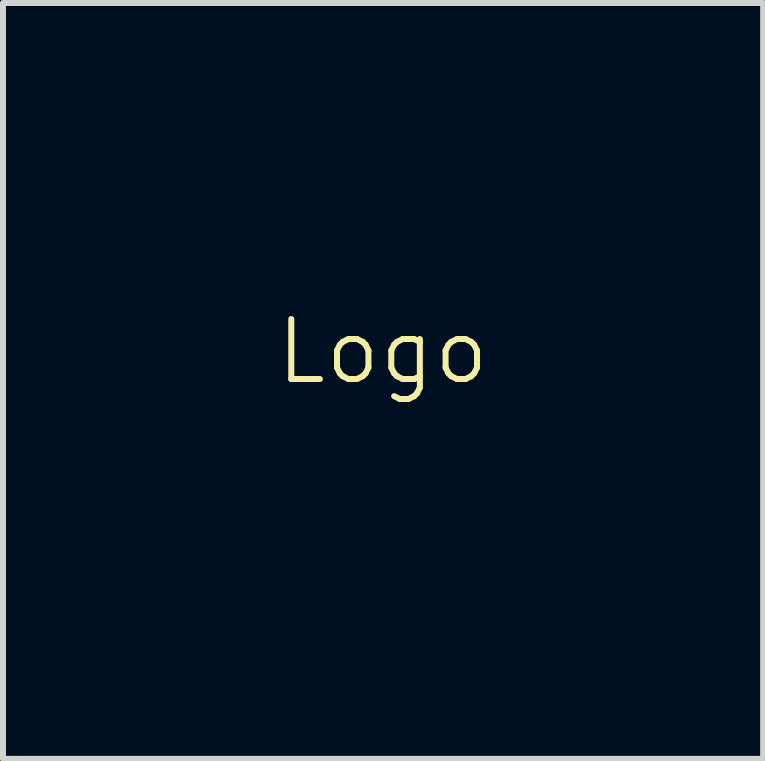
<source format=kicad_pcb>
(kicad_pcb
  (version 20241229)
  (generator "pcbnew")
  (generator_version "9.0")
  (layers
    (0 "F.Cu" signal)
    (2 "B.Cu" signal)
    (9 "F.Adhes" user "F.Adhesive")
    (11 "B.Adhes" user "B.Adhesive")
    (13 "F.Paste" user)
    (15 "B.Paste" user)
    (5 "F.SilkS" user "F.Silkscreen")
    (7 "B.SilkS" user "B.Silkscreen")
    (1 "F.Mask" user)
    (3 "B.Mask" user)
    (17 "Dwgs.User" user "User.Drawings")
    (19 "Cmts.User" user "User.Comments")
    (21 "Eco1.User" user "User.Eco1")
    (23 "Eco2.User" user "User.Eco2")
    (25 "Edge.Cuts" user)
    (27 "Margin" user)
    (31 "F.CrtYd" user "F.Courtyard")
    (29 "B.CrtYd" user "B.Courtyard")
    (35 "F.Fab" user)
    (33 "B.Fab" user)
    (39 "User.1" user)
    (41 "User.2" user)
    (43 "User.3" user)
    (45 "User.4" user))
  (footprint "Logo"
    (layer "F.Cu")
    (at 3.329 3.31)
    (property "Reference" "Logo" (at 0 -0.5 0) (unlocked yes) (layer "F.SilkS") (effects (font (size 1 1) (thickness 0.1))))
    (zone (net_name "") (layer "F.Cu") (hatch edge 0.5) (connect_pads) (min_thickness 0.25) (filled_areas_thickness no) (keepout (tracks allowed) (vias allowed) (pads allowed) (copperpour not_allowed) (footprints allowed)) (placement (enabled no)) (fill) (polygon (pts (xy 2.641 0.065) (xy 2.644 0.065) (xy 2.646 0.066) (xy 2.648 0.066) (xy 2.649 0.067) (xy 2.649 0.067) (xy 2.65 0.068) (xy 2.65 0.069) (xy 2.651 0.069) (xy 2.651 0.07) (xy 2.651 0.071) (xy 2.651 0.072) (xy 2.651 0.072) (xy 2.65 0.073) (xy 2.65 0.074) (xy 2.649 0.075) (xy 2.648 0.079) (xy 2.646 0.085) (xy 2.64 0.104) (xy 2.633 0.132) (xy 2.628 0.148) (xy 2.624 0.164) (xy 2.617 0.19) (xy 2.615 0.202) (xy 2.612 0.213) (xy 2.61 0.223) (xy 2.609 0.234) (xy 2.607 0.244) (xy 2.606 0.255) (xy 2.605 0.266) (xy 2.604 0.278) (xy 2.604 0.291) (xy 2.603 0.305) (xy 2.603 0.338) (xy 2.603 0.378) (xy 2.603 0.415) (xy 2.604 0.446) (xy 2.605 0.473) (xy 2.607 0.496) (xy 2.609 0.516) (xy 2.612 0.534) (xy 2.616 0.552) (xy 2.621 0.57) (xy 2.63 0.604) (xy 2.64 0.636) (xy 2.651 0.668) (xy 2.663 0.698) (xy 2.676 0.729) (xy 2.69 0.759) (xy 2.706 0.79) (xy 2.723 0.821) (xy 2.742 0.853) (xy 2.763 0.886) (xy 2.786 0.921) (xy 2.812 0.957) (xy 2.84 0.996) (xy 2.871 1.038) (xy 2.941 1.129) (xy 2.944 1.132) (xy 2.946 1.135) (xy 2.947 1.136) (xy 2.948 1.137) (xy 2.948 1.139) (xy 2.949 1.14) (xy 2.95 1.141) (xy 2.95 1.142) (xy 2.95 1.143) (xy 2.951 1.144) (xy 2.951 1.145) (xy 2.951 1.146) (xy 2.951 1.147) (xy 2.951 1.148) (xy 2.95 1.149) (xy 2.95 1.15) (xy 2.949 1.152) (xy 2.948 1.153) (xy 2.948 1.154) (xy 2.947 1.155) (xy 2.946 1.157) (xy 2.944 1.158) (xy 2.943 1.16) (xy 2.941 1.161) (xy 2.938 1.165) (xy 2.934 1.169) (xy 2.929 1.173) (xy 2.896 1.206) (xy 2.862 1.238) (xy 2.828 1.269) (xy 2.794 1.3) (xy 2.76 1.329) (xy 2.727 1.357) (xy 2.696 1.383) (xy 2.665 1.407) (xy 2.605 1.451) (xy 2.538 1.499) (xy 2.484 1.537) (xy 2.467 1.548) (xy 2.462 1.552) (xy 2.459 1.553) (xy 2.459 1.553) (xy 2.457 1.553) (xy 2.452 1.556) (xy 2.445 1.56) (xy 2.436 1.566) (xy 2.424 1.572) (xy 2.411 1.58) (xy 2.397 1.589) (xy 2.382 1.598) (xy 2.341 1.622) (xy 2.286 1.651) (xy 2.223 1.683) (xy 2.159 1.714) (xy 2.098 1.744) (xy 2.045 1.768) (xy 2.006 1.785) (xy 1.993 1.789) (xy 1.986 1.791) (xy 1.985 1.791) (xy 1.984 1.791) (xy 1.983 1.791) (xy 1.982 1.791) (xy 1.981 1.792) (xy 1.979 1.792) (xy 1.978 1.792) (xy 1.976 1.793) (xy 1.975 1.793) (xy 1.973 1.794) (xy 1.972 1.795) (xy 1.97 1.795) (xy 1.969 1.796) (xy 1.967 1.797) (xy 1.966 1.798) (xy 1.964 1.799) (xy 1.957 1.802) (xy 1.946 1.807) (xy 1.914 1.818) (xy 1.871 1.832) (xy 1.822 1.848) (xy 1.768 1.864) (xy 1.714 1.88) (xy 1.663 1.894) (xy 1.617 1.905) (xy 1.522 1.927) (xy 1.48 1.937) (xy 1.44 1.945) (xy 1.401 1.953) (xy 1.362 1.96) (xy 1.28 1.973) (xy 1.225 1.981) (xy 1.177 1.989) (xy 1.131 1.996) (xy 1.084 2.002) (xy 1.037 2.007) (xy 0.991 2.01) (xy 0.947 2.013) (xy 0.907 2.014) (xy 0.87 2.014) (xy 0.839 2.013) (xy 0.826 2.012) (xy 0.813 2.01) (xy 0.8 2.007) (xy 0.787 2.004) (xy 0.775 2.001) (xy 0.763 1.996) (xy 0.751 1.992) (xy 0.739 1.986) (xy 0.727 1.98) (xy 0.716 1.973) (xy 0.704 1.966) (xy 0.693 1.958) (xy 0.682 1.949) (xy 0.67 1.939) (xy 0.659 1.929) (xy 0.647 1.918) (xy 0.627 1.896) (xy 0.609 1.873) (xy 0.592 1.849) (xy 0.578 1.825) (xy 0.565 1.799) (xy 0.554 1.773) (xy 0.545 1.747) (xy 0.538 1.721) (xy 0.533 1.694) (xy 0.529 1.668) (xy 0.528 1.642) (xy 0.529 1.616) (xy 0.533 1.591) (xy 0.535 1.578) (xy 0.538 1.566) (xy 0.541 1.554) (xy 0.546 1.542) (xy 0.55 1.531) (xy 0.555 1.519) (xy 0.564 1.503) (xy 0.575 1.485) (xy 0.589 1.463) (xy 0.605 1.439) (xy 0.643 1.384) (xy 0.688 1.323) (xy 0.739 1.256) (xy 0.794 1.187) (xy 0.851 1.117) (xy 0.909 1.048) (xy 0.948 1.002) (xy 0.989 0.957) (xy 1.032 0.913) (xy 1.075 0.869) (xy 1.119 0.826) (xy 1.163 0.784) (xy 1.208 0.743) (xy 1.254 0.703) (xy 1.3 0.665) (xy 1.347 0.627) (xy 1.393 0.591) (xy 1.44 0.556) (xy 1.487 0.523) (xy 1.533 0.491) (xy 1.579 0.461) (xy 1.625 0.433) (xy 1.658 0.415) (xy 1.698 0.392) (xy 1.793 0.342) (xy 1.886 0.296) (xy 1.923 0.278) (xy 1.951 0.265) (xy 1.976 0.255) (xy 2.005 0.243) (xy 2.069 0.218) (xy 2.13 0.196) (xy 2.154 0.188) (xy 2.173 0.182) (xy 2.181 0.179) (xy 2.19 0.177) (xy 2.206 0.171) (xy 2.219 0.167) (xy 2.229 0.164) (xy 2.24 0.159) (xy 2.257 0.154) (xy 2.278 0.148) (xy 2.3 0.141) (xy 2.323 0.135) (xy 2.345 0.129) (xy 2.363 0.124) (xy 2.375 0.121) (xy 2.387 0.119) (xy 2.402 0.115) (xy 2.42 0.11) (xy 2.439 0.106) (xy 2.484 0.095) (xy 2.508 0.089) (xy 2.52 0.087) (xy 2.53 0.085) (xy 2.573 0.076) (xy 2.593 0.072) (xy 2.609 0.068) (xy 2.614 0.067) (xy 2.62 0.066) (xy 2.625 0.065) (xy 2.629 0.065) (xy 2.634 0.065) (xy 2.637 0.064))))
    (zone (net_name "") (layers "F.Cu" "F.SilkS") (hatch edge 0.5) (connect_pads) (min_thickness 0.25) (filled_areas_thickness no) (keepout (tracks allowed) (vias allowed) (pads allowed) (copperpour not_allowed) (footprints allowed)) (placement (enabled no)) (fill) (polygon (pts (xy 5.792 4.585) (xy 5.811 4.585) (xy 5.829 4.586) (xy 5.845 4.588) (xy 5.861 4.589) (xy 5.875 4.592) (xy 5.889 4.595) (xy 5.901 4.598) (xy 5.914 4.602) (xy 5.925 4.607) (xy 5.936 4.612) (xy 5.947 4.618) (xy 5.958 4.625) (xy 5.969 4.632) (xy 5.98 4.641) (xy 5.992 4.65) (xy 6.012 4.669) (xy 6.032 4.689) (xy 6.05 4.71) (xy 6.067 4.732) (xy 6.082 4.755) (xy 6.096 4.778) (xy 6.108 4.802) (xy 6.118 4.827) (xy 6.127 4.851) (xy 6.134 4.876) (xy 6.14 4.9) (xy 6.143 4.925) (xy 6.145 4.949) (xy 6.144 4.972) (xy 6.143 4.983) (xy 6.142 4.995) (xy 6.139 5.006) (xy 6.137 5.016) (xy 6.133 5.031) (xy 6.128 5.045) (xy 6.123 5.059) (xy 6.117 5.073) (xy 6.109 5.088) (xy 6.1 5.104) (xy 6.09 5.122) (xy 6.078 5.141) (xy 6.064 5.162) (xy 6.048 5.185) (xy 6.03 5.21) (xy 6.009 5.239) (xy 5.986 5.27) (xy 5.96 5.305) (xy 5.898 5.386) (xy 5.842 5.458) (xy 5.783 5.528) (xy 5.722 5.597) (xy 5.659 5.665) (xy 5.595 5.732) (xy 5.528 5.796) (xy 5.461 5.859) (xy 5.392 5.92) (xy 5.377 5.933) (xy 5.363 5.944) (xy 5.35 5.954) (xy 5.336 5.965) (xy 5.32 5.978) (xy 5.299 5.993) (xy 5.239 6.037) (xy 5.206 6.061) (xy 5.172 6.085) (xy 5.097 6.133) (xy 5.016 6.181) (xy 4.932 6.228) (xy 4.847 6.273) (xy 4.762 6.313) (xy 4.681 6.349) (xy 4.642 6.365) (xy 4.604 6.379) (xy 4.543 6.401) (xy 4.484 6.421) (xy 4.426 6.44) (xy 4.368 6.457) (xy 4.31 6.473) (xy 4.25 6.488) (xy 4.187 6.503) (xy 4.122 6.517) (xy 4.06 6.531) (xy 4.041 6.535) (xy 4.034 6.536) (xy 4.029 6.536) (xy 4.025 6.536) (xy 4.022 6.536) (xy 4.02 6.535) (xy 4.02 6.534) (xy 4.02 6.534) (xy 4.02 6.532) (xy 4.02 6.53) (xy 4.022 6.524) (xy 4.022 6.524) (xy 4.026 6.512) (xy 4.032 6.49) (xy 4.039 6.462) (xy 4.048 6.43) (xy 4.054 6.406) (xy 4.057 6.395) (xy 4.059 6.384) (xy 4.061 6.374) (xy 4.063 6.364) (xy 4.064 6.353) (xy 4.066 6.343) (xy 4.067 6.332) (xy 4.067 6.32) (xy 4.068 6.307) (xy 4.068 6.293) (xy 4.069 6.262) (xy 4.068 6.224) (xy 4.068 6.182) (xy 4.068 6.148) (xy 4.067 6.134) (xy 4.066 6.12) (xy 4.065 6.107) (xy 4.063 6.094) (xy 4.061 6.082) (xy 4.059 6.069) (xy 4.057 6.056) (xy 4.053 6.042) (xy 4.045 6.009) (xy 4.035 5.97) (xy 4.028 5.947) (xy 4.02 5.923) (xy 4.011 5.899) (xy 4 5.874) (xy 3.988 5.848) (xy 3.974 5.822) (xy 3.958 5.794) (xy 3.941 5.764) (xy 3.921 5.734) (xy 3.9 5.701) (xy 3.876 5.667) (xy 3.851 5.63) (xy 3.822 5.591) (xy 3.792 5.55) (xy 3.723 5.46) (xy 3.723 5.459) (xy 3.723 5.457) (xy 3.724 5.455) (xy 3.725 5.452) (xy 3.73 5.445) (xy 3.737 5.436) (xy 3.745 5.426) (xy 3.756 5.414) (xy 3.768 5.401) (xy 3.782 5.387) (xy 3.797 5.372) (xy 3.813 5.357) (xy 3.831 5.34) (xy 3.849 5.323) (xy 3.868 5.306) (xy 3.887 5.289) (xy 3.907 5.272) (xy 3.927 5.255) (xy 3.98 5.213) (xy 4.036 5.17) (xy 4.094 5.129) (xy 4.154 5.088) (xy 4.216 5.049) (xy 4.279 5.01) (xy 4.343 4.973) (xy 4.407 4.938) (xy 4.473 4.904) (xy 4.538 4.872) (xy 4.604 4.842) (xy 4.669 4.814) (xy 4.733 4.789) (xy 4.797 4.766) (xy 4.859 4.745) (xy 4.919 4.728) (xy 5.025 4.699) (xy 5.117 4.677) (xy 5.157 4.668) (xy 5.193 4.66) (xy 5.227 4.653) (xy 5.257 4.648) (xy 5.368 4.63) (xy 5.434 4.619) (xy 5.469 4.614) (xy 5.499 4.609) (xy 5.56 4.601) (xy 5.592 4.597) (xy 5.619 4.593) (xy 5.633 4.591) (xy 5.649 4.59) (xy 5.667 4.588) (xy 5.688 4.587) (xy 5.709 4.586) (xy 5.73 4.585) (xy 5.751 4.585) (xy 5.772 4.585))))
    (zone (net_name "") (layers "F.Cu" "F.SilkS") (hatch edge 0.5) (connect_pads) (min_thickness 0.25) (filled_areas_thickness no) (keepout (tracks allowed) (vias allowed) (pads allowed) (copperpour not_allowed) (footprints allowed)) (placement (enabled no)) (fill) (polygon (pts (xy 1.68 4.713) (xy 1.686 4.713) (xy 1.694 4.714) (xy 1.702 4.716) (xy 1.712 4.718) (xy 1.723 4.721) (xy 1.735 4.724) (xy 1.748 4.727) (xy 1.762 4.732) (xy 1.778 4.736) (xy 1.814 4.747) (xy 1.855 4.761) (xy 1.953 4.795) (xy 2.048 4.833) (xy 2.142 4.875) (xy 2.234 4.92) (xy 2.324 4.968) (xy 2.412 5.02) (xy 2.499 5.075) (xy 2.584 5.134) (xy 2.667 5.196) (xy 2.749 5.262) (xy 2.829 5.332) (xy 2.908 5.405) (xy 2.985 5.482) (xy 3.061 5.563) (xy 3.136 5.647) (xy 3.209 5.736) (xy 3.27 5.813) (xy 3.323 5.881) (xy 3.368 5.94) (xy 3.405 5.992) (xy 3.435 6.037) (xy 3.458 6.076) (xy 3.467 6.093) (xy 3.475 6.108) (xy 3.481 6.122) (xy 3.486 6.135) (xy 3.488 6.144) (xy 3.491 6.155) (xy 3.492 6.166) (xy 3.494 6.179) (xy 3.495 6.192) (xy 3.495 6.206) (xy 3.495 6.221) (xy 3.495 6.235) (xy 3.494 6.25) (xy 3.493 6.265) (xy 3.492 6.279) (xy 3.49 6.293) (xy 3.488 6.306) (xy 3.486 6.318) (xy 3.483 6.33) (xy 3.479 6.34) (xy 3.473 6.358) (xy 3.465 6.375) (xy 3.457 6.392) (xy 3.447 6.409) (xy 3.436 6.426) (xy 3.425 6.443) (xy 3.413 6.459) (xy 3.4 6.475) (xy 3.387 6.49) (xy 3.373 6.504) (xy 3.359 6.517) (xy 3.345 6.53) (xy 3.331 6.541) (xy 3.317 6.552) (xy 3.302 6.561) (xy 3.288 6.568) (xy 3.276 6.574) (xy 3.264 6.579) (xy 3.251 6.583) (xy 3.237 6.587) (xy 3.223 6.59) (xy 3.208 6.593) (xy 3.193 6.595) (xy 3.178 6.597) (xy 3.161 6.598) (xy 3.145 6.599) (xy 3.128 6.599) (xy 3.11 6.599) (xy 3.092 6.598) (xy 3.073 6.596) (xy 3.054 6.595) (xy 3.034 6.592) (xy 3.034 6.592) (xy 2.978 6.584) (xy 2.915 6.576) (xy 2.847 6.566) (xy 2.751 6.552) (xy 2.566 6.521) (xy 2.499 6.508) (xy 2.424 6.49) (xy 2.344 6.469) (xy 2.262 6.445) (xy 2.18 6.419) (xy 2.103 6.393) (xy 2.032 6.367) (xy 1.971 6.341) (xy 1.894 6.306) (xy 1.819 6.27) (xy 1.747 6.232) (xy 1.677 6.193) (xy 1.609 6.153) (xy 1.543 6.112) (xy 1.478 6.069) (xy 1.415 6.024) (xy 1.352 5.977) (xy 1.291 5.928) (xy 1.231 5.877) (xy 1.172 5.823) (xy 1.113 5.767) (xy 1.054 5.708) (xy 0.995 5.647) (xy 0.936 5.582) (xy 0.918 5.562) (xy 0.911 5.553) (xy 0.904 5.545) (xy 0.898 5.538) (xy 0.894 5.532) (xy 0.89 5.526) (xy 0.887 5.522) (xy 0.885 5.518) (xy 0.885 5.516) (xy 0.884 5.514) (xy 0.884 5.513) (xy 0.884 5.511) (xy 0.884 5.51) (xy 0.885 5.509) (xy 0.885 5.508) (xy 0.886 5.507) (xy 0.887 5.507) (xy 0.888 5.506) (xy 0.891 5.506) (xy 0.895 5.505) (xy 0.901 5.505) (xy 0.911 5.503) (xy 0.938 5.495) (xy 0.972 5.484) (xy 1.01 5.471) (xy 1.049 5.456) (xy 1.086 5.442) (xy 1.116 5.429) (xy 1.127 5.424) (xy 1.136 5.419) (xy 1.153 5.409) (xy 1.167 5.402) (xy 1.176 5.396) (xy 1.179 5.395) (xy 1.18 5.394) (xy 1.181 5.394) (xy 1.181 5.394) (xy 1.182 5.394) (xy 1.186 5.392) (xy 1.191 5.389) (xy 1.198 5.385) (xy 1.205 5.38) (xy 1.214 5.374) (xy 1.234 5.361) (xy 1.247 5.351) (xy 1.261 5.341) (xy 1.276 5.329) (xy 1.291 5.316) (xy 1.306 5.303) (xy 1.321 5.289) (xy 1.336 5.274) (xy 1.352 5.259) (xy 1.366 5.244) (xy 1.381 5.228) (xy 1.395 5.213) (xy 1.408 5.197) (xy 1.421 5.182) (xy 1.433 5.167) (xy 1.443 5.153) (xy 1.453 5.139) (xy 1.473 5.108) (xy 1.494 5.07) (xy 1.517 5.027) (xy 1.541 4.98) (xy 1.565 4.931) (xy 1.589 4.879) (xy 1.612 4.826) (xy 1.634 4.773) (xy 1.639 4.762) (xy 1.643 4.751) (xy 1.648 4.742) (xy 1.653 4.733) (xy 1.657 4.726) (xy 1.659 4.723) (xy 1.661 4.72) (xy 1.663 4.718) (xy 1.665 4.716) (xy 1.666 4.715) (xy 1.667 4.714) (xy 1.669 4.714) (xy 1.671 4.713) (xy 1.673 4.713) (xy 1.675 4.713))))
    (zone (net_name "") (layers "F.Cu" "F.SilkS") (hatch edge 0.5) (connect_pads) (min_thickness 0.25) (filled_areas_thickness no) (keepout (tracks allowed) (vias allowed) (pads allowed) (copperpour not_allowed) (footprints allowed)) (placement (enabled no)) (fill) (polygon (pts (xy 6.003 1.649) (xy 6.028 1.651) (xy 6.053 1.654) (xy 6.076 1.659) (xy 6.099 1.665) (xy 6.121 1.672) (xy 6.142 1.681) (xy 6.162 1.691) (xy 6.181 1.703) (xy 6.199 1.716) (xy 6.217 1.73) (xy 6.233 1.745) (xy 6.249 1.762) (xy 6.264 1.78) (xy 6.278 1.8) (xy 6.291 1.821) (xy 6.302 1.841) (xy 6.316 1.871) (xy 6.333 1.907) (xy 6.351 1.948) (xy 6.37 1.99) (xy 6.388 2.031) (xy 6.403 2.068) (xy 6.416 2.1) (xy 6.42 2.113) (xy 6.426 2.127) (xy 6.431 2.141) (xy 6.436 2.152) (xy 6.455 2.198) (xy 6.476 2.252) (xy 6.497 2.313) (xy 6.518 2.377) (xy 6.538 2.443) (xy 6.558 2.509) (xy 6.575 2.572) (xy 6.59 2.632) (xy 6.612 2.729) (xy 6.63 2.815) (xy 6.644 2.893) (xy 6.654 2.968) (xy 6.661 3.043) (xy 6.666 3.121) (xy 6.669 3.205) (xy 6.67 3.3) (xy 6.669 3.374) (xy 6.667 3.441) (xy 6.665 3.502) (xy 6.66 3.562) (xy 6.654 3.622) (xy 6.646 3.685) (xy 6.635 3.754) (xy 6.623 3.831) (xy 6.609 3.896) (xy 6.591 3.972) (xy 6.57 4.051) (xy 6.547 4.129) (xy 6.525 4.2) (xy 6.505 4.258) (xy 6.497 4.28) (xy 6.489 4.297) (xy 6.483 4.308) (xy 6.48 4.311) (xy 6.478 4.312) (xy 6.478 4.312) (xy 6.477 4.311) (xy 6.476 4.311) (xy 6.475 4.31) (xy 6.472 4.309) (xy 6.469 4.307) (xy 6.466 4.305) (xy 6.462 4.302) (xy 6.457 4.298) (xy 6.453 4.295) (xy 6.448 4.29) (xy 6.443 4.286) (xy 6.437 4.281) (xy 6.431 4.276) (xy 6.426 4.271) (xy 6.42 4.265) (xy 6.414 4.26) (xy 6.408 4.254) (xy 6.396 4.243) (xy 6.385 4.232) (xy 6.373 4.221) (xy 6.361 4.211) (xy 6.349 4.201) (xy 6.336 4.191) (xy 6.324 4.181) (xy 6.311 4.172) (xy 6.299 4.163) (xy 6.286 4.154) (xy 6.273 4.145) (xy 6.26 4.137) (xy 6.247 4.129) (xy 6.235 4.122) (xy 6.222 4.115) (xy 6.209 4.108) (xy 6.194 4.101) (xy 6.178 4.093) (xy 6.164 4.086) (xy 6.154 4.08) (xy 6.146 4.077) (xy 6.138 4.073) (xy 6.12 4.066) (xy 6.099 4.058) (xy 6.076 4.051) (xy 6.052 4.044) (xy 6.027 4.037) (xy 6.003 4.031) (xy 5.979 4.026) (xy 5.955 4.022) (xy 5.932 4.018) (xy 5.907 4.015) (xy 5.882 4.012) (xy 5.857 4.01) (xy 5.83 4.009) (xy 5.803 4.008) (xy 5.775 4.008) (xy 5.746 4.009) (xy 5.715 4.01) (xy 5.684 4.012) (xy 5.651 4.014) (xy 5.58 4.021) (xy 5.503 4.03) (xy 5.465 4.035) (xy 5.436 4.038) (xy 5.425 4.039) (xy 5.416 4.04) (xy 5.408 4.04) (xy 5.402 4.039) (xy 5.397 4.038) (xy 5.395 4.037) (xy 5.393 4.036) (xy 5.392 4.035) (xy 5.39 4.033) (xy 5.388 4.03) (xy 5.386 4.026) (xy 5.384 4.021) (xy 5.38 4.009) (xy 5.373 3.986) (xy 5.365 3.954) (xy 5.356 3.916) (xy 5.346 3.874) (xy 5.337 3.83) (xy 5.329 3.787) (xy 5.322 3.746) (xy 5.316 3.712) (xy 5.307 3.634) (xy 5.299 3.547) (xy 5.293 3.454) (xy 5.289 3.361) (xy 5.288 3.269) (xy 5.288 3.183) (xy 5.291 3.107) (xy 5.296 3.044) (xy 5.305 2.977) (xy 5.314 2.915) (xy 5.323 2.855) (xy 5.332 2.8) (xy 5.342 2.748) (xy 5.351 2.699) (xy 5.361 2.654) (xy 5.372 2.612) (xy 5.384 2.567) (xy 5.39 2.544) (xy 5.396 2.524) (xy 5.405 2.489) (xy 5.419 2.444) (xy 5.436 2.393) (xy 5.455 2.337) (xy 5.476 2.277) (xy 5.498 2.218) (xy 5.52 2.159) (xy 5.542 2.104) (xy 5.57 2.035) (xy 5.596 1.973) (xy 5.621 1.918) (xy 5.644 1.871) (xy 5.666 1.83) (xy 5.686 1.796) (xy 5.695 1.782) (xy 5.704 1.77) (xy 5.712 1.759) (xy 5.72 1.75) (xy 5.733 1.738) (xy 5.746 1.727) (xy 5.759 1.716) (xy 5.773 1.706) (xy 5.788 1.697) (xy 5.803 1.689) (xy 5.818 1.681) (xy 5.834 1.674) (xy 5.851 1.668) (xy 5.868 1.663) (xy 5.885 1.658) (xy 5.903 1.655) (xy 5.921 1.652) (xy 5.939 1.65) (xy 5.958 1.648) (xy 5.977 1.648))))
    (zone (net_name "") (layers "F.Cu" "F.SilkS") (hatch edge 0.5) (connect_pads) (min_thickness 0.25) (filled_areas_thickness no) (keepout (tracks allowed) (vias allowed) (pads allowed) (copperpour not_allowed) (footprints allowed)) (placement (enabled no)) (fill) (polygon (pts (xy 3.56 0.000409) (xy 3.584 0.002) (xy 3.611 0.004) (xy 3.64 0.007) (xy 3.672 0.01) (xy 3.707 0.015) (xy 3.788 0.026) (xy 3.861 0.037) (xy 3.894 0.041) (xy 3.919 0.044) (xy 3.966 0.052) (xy 3.99 0.056) (xy 4.01 0.06) (xy 4.082 0.072) (xy 4.107 0.077) (xy 4.139 0.084) (xy 4.216 0.101) (xy 4.29 0.119) (xy 4.318 0.126) (xy 4.336 0.132) (xy 4.36 0.139) (xy 4.376 0.144) (xy 4.391 0.148) (xy 4.425 0.158) (xy 4.463 0.17) (xy 4.503 0.183) (xy 4.543 0.197) (xy 4.582 0.211) (xy 4.618 0.224) (xy 4.649 0.236) (xy 4.673 0.246) (xy 4.685 0.252) (xy 4.7 0.258) (xy 4.715 0.265) (xy 4.729 0.271) (xy 4.784 0.297) (xy 4.866 0.337) (xy 4.944 0.376) (xy 4.973 0.391) (xy 4.991 0.4) (xy 5.069 0.447) (xy 5.146 0.497) (xy 5.223 0.55) (xy 5.298 0.606) (xy 5.372 0.665) (xy 5.444 0.726) (xy 5.514 0.789) (xy 5.581 0.854) (xy 5.622 0.895) (xy 5.661 0.935) (xy 5.696 0.972) (xy 5.727 1.005) (xy 5.752 1.034) (xy 5.772 1.057) (xy 5.784 1.073) (xy 5.787 1.079) (xy 5.788 1.082) (xy 5.788 1.082) (xy 5.788 1.083) (xy 5.788 1.083) (xy 5.788 1.084) (xy 5.787 1.084) (xy 5.787 1.085) (xy 5.786 1.085) (xy 5.786 1.086) (xy 5.785 1.087) (xy 5.784 1.087) (xy 5.782 1.088) (xy 5.78 1.089) (xy 5.778 1.091) (xy 5.775 1.092) (xy 5.772 1.093) (xy 5.769 1.094) (xy 5.766 1.096) (xy 5.762 1.097) (xy 5.759 1.098) (xy 5.755 1.099) (xy 5.751 1.1) (xy 5.73 1.106) (xy 5.708 1.112) (xy 5.685 1.119) (xy 5.662 1.127) (xy 5.64 1.134) (xy 5.619 1.142) (xy 5.601 1.149) (xy 5.584 1.156) (xy 5.559 1.167) (xy 5.554 1.169) (xy 5.551 1.17) (xy 5.548 1.171) (xy 5.547 1.171) (xy 5.546 1.172) (xy 5.545 1.172) (xy 5.544 1.172) (xy 5.54 1.174) (xy 5.535 1.177) (xy 5.528 1.18) (xy 5.512 1.19) (xy 5.492 1.203) (xy 5.47 1.217) (xy 5.447 1.233) (xy 5.424 1.248) (xy 5.403 1.264) (xy 5.376 1.285) (xy 5.349 1.307) (xy 5.323 1.332) (xy 5.298 1.358) (xy 5.274 1.387) (xy 5.25 1.417) (xy 5.226 1.45) (xy 5.203 1.485) (xy 5.181 1.522) (xy 5.158 1.562) (xy 5.136 1.604) (xy 5.114 1.648) (xy 5.092 1.695) (xy 5.07 1.746) (xy 5.048 1.798) (xy 5.026 1.854) (xy 5.022 1.866) (xy 5.02 1.871) (xy 5.018 1.875) (xy 5.016 1.878) (xy 5.014 1.881) (xy 5.013 1.882) (xy 5.012 1.884) (xy 5.011 1.885) (xy 5.011 1.885) (xy 5.009 1.886) (xy 5.008 1.887) (xy 5.007 1.887) (xy 5.006 1.888) (xy 5.005 1.888) (xy 5.004 1.889) (xy 5.003 1.889) (xy 5.001 1.889) (xy 4.998 1.889) (xy 4.995 1.889) (xy 4.991 1.888) (xy 4.987 1.888) (xy 4.987 1.888) (xy 4.976 1.886) (xy 4.962 1.882) (xy 4.926 1.872) (xy 4.88 1.859) (xy 4.829 1.842) (xy 4.775 1.823) (xy 4.721 1.804) (xy 4.67 1.785) (xy 4.626 1.767) (xy 4.597 1.755) (xy 4.562 1.738) (xy 4.478 1.698) (xy 4.395 1.656) (xy 4.36 1.637) (xy 4.333 1.622) (xy 4.27 1.585) (xy 4.208 1.547) (xy 4.148 1.508) (xy 4.089 1.467) (xy 4.032 1.425) (xy 3.975 1.381) (xy 3.919 1.335) (xy 3.864 1.287) (xy 3.809 1.238) (xy 3.755 1.186) (xy 3.701 1.131) (xy 3.647 1.075) (xy 3.593 1.015) (xy 3.539 0.953) (xy 3.484 0.889) (xy 3.429 0.821) (xy 3.39 0.772) (xy 3.353 0.723) (xy 3.317 0.676) (xy 3.284 0.631) (xy 3.256 0.59) (xy 3.233 0.556) (xy 3.216 0.53) (xy 3.211 0.52) (xy 3.207 0.513) (xy 3.206 0.508) (xy 3.203 0.503) (xy 3.201 0.497) (xy 3.198 0.491) (xy 3.196 0.485) (xy 3.193 0.479) (xy 3.19 0.473) (xy 3.187 0.468) (xy 3.184 0.459) (xy 3.181 0.449) (xy 3.179 0.438) (xy 3.177 0.426) (xy 3.176 0.412) (xy 3.175 0.398) (xy 3.175 0.383) (xy 3.175 0.368) (xy 3.176 0.353) (xy 3.177 0.338) (xy 3.179 0.322) (xy 3.181 0.307) (xy 3.183 0.293) (xy 3.186 0.279) (xy 3.19 0.267) (xy 3.194 0.255) (xy 3.201 0.236) (xy 3.21 0.217) (xy 3.22 0.198) (xy 3.23 0.18) (xy 3.241 0.162) (xy 3.253 0.145) (xy 3.266 0.128) (xy 3.279 0.113) (xy 3.293 0.098) (xy 3.307 0.084) (xy 3.321 0.071) (xy 3.336 0.06) (xy 3.351 0.049) (xy 3.365 0.04) (xy 3.38 0.032) (xy 3.395 0.026) (xy 3.412 0.02) (xy 3.429 0.015) (xy 3.445 0.01) (xy 3.462 0.007) (xy 3.479 0.004) (xy 3.497 0.002) (xy 3.517 0.000409) (xy 3.537 0))))
    (zone (net_name "") (layers "F.Cu" "F.SilkS") (hatch edge 0.5) (connect_pads) (min_thickness 0.25) (filled_areas_thickness no) (keepout (tracks allowed) (vias allowed) (pads allowed) (copperpour not_allowed) (footprints allowed)) (placement (enabled no)) (fill) (polygon (pts (xy 0.192 2.286) (xy 0.193 2.287) (xy 0.194 2.287) (xy 0.195 2.287) (xy 0.196 2.288) (xy 0.197 2.288) (xy 0.199 2.289) (xy 0.2 2.29) (xy 0.202 2.291) (xy 0.203 2.292) (xy 0.205 2.293) (xy 0.207 2.295) (xy 0.209 2.296) (xy 0.211 2.298) (xy 0.213 2.299) (xy 0.215 2.301) (xy 0.217 2.304) (xy 0.222 2.308) (xy 0.228 2.313) (xy 0.234 2.319) (xy 0.258 2.342) (xy 0.278 2.361) (xy 0.296 2.377) (xy 0.304 2.384) (xy 0.312 2.391) (xy 0.32 2.397) (xy 0.328 2.404) (xy 0.345 2.416) (xy 0.365 2.43) (xy 0.388 2.446) (xy 0.427 2.47) (xy 0.466 2.493) (xy 0.505 2.512) (xy 0.546 2.53) (xy 0.586 2.545) (xy 0.629 2.558) (xy 0.672 2.568) (xy 0.717 2.577) (xy 0.764 2.583) (xy 0.814 2.587) (xy 0.866 2.589) (xy 0.92 2.588) (xy 0.978 2.586) (xy 1.039 2.582) (xy 1.104 2.576) (xy 1.173 2.568) (xy 1.209 2.563) (xy 1.237 2.56) (xy 1.248 2.559) (xy 1.256 2.558) (xy 1.264 2.558) (xy 1.27 2.559) (xy 1.275 2.559) (xy 1.278 2.561) (xy 1.281 2.563) (xy 1.284 2.565) (xy 1.285 2.568) (xy 1.287 2.572) (xy 1.29 2.58) (xy 1.295 2.597) (xy 1.299 2.613) (xy 1.303 2.628) (xy 1.307 2.643) (xy 1.311 2.658) (xy 1.314 2.673) (xy 1.317 2.688) (xy 1.32 2.704) (xy 1.336 2.783) (xy 1.346 2.836) (xy 1.355 2.891) (xy 1.362 2.949) (xy 1.369 3.009) (xy 1.378 3.133) (xy 1.382 3.259) (xy 1.382 3.385) (xy 1.377 3.508) (xy 1.372 3.567) (xy 1.366 3.624) (xy 1.36 3.678) (xy 1.351 3.73) (xy 1.336 3.818) (xy 1.322 3.888) (xy 1.302 3.97) (xy 1.278 4.059) (xy 1.251 4.152) (xy 1.222 4.245) (xy 1.192 4.334) (xy 1.162 4.416) (xy 1.133 4.485) (xy 1.118 4.521) (xy 1.108 4.546) (xy 1.103 4.56) (xy 1.097 4.573) (xy 1.08 4.616) (xy 1.061 4.659) (xy 1.041 4.7) (xy 1.022 4.739) (xy 1.003 4.774) (xy 0.985 4.804) (xy 0.977 4.817) (xy 0.969 4.828) (xy 0.961 4.837) (xy 0.955 4.845) (xy 0.941 4.858) (xy 0.927 4.871) (xy 0.913 4.882) (xy 0.899 4.892) (xy 0.884 4.902) (xy 0.869 4.91) (xy 0.854 4.918) (xy 0.838 4.925) (xy 0.821 4.931) (xy 0.804 4.936) (xy 0.787 4.94) (xy 0.768 4.944) (xy 0.75 4.946) (xy 0.73 4.948) (xy 0.71 4.949) (xy 0.689 4.949) (xy 0.674 4.949) (xy 0.659 4.948) (xy 0.644 4.948) (xy 0.63 4.947) (xy 0.617 4.945) (xy 0.606 4.944) (xy 0.596 4.943) (xy 0.589 4.941) (xy 0.589 4.941) (xy 0.573 4.936) (xy 0.557 4.93) (xy 0.541 4.924) (xy 0.526 4.917) (xy 0.511 4.909) (xy 0.497 4.9) (xy 0.483 4.891) (xy 0.47 4.881) (xy 0.457 4.87) (xy 0.445 4.859) (xy 0.433 4.847) (xy 0.421 4.834) (xy 0.41 4.82) (xy 0.4 4.806) (xy 0.39 4.791) (xy 0.38 4.775) (xy 0.369 4.756) (xy 0.36 4.74) (xy 0.354 4.729) (xy 0.352 4.725) (xy 0.351 4.724) (xy 0.351 4.724) (xy 0.351 4.723) (xy 0.351 4.722) (xy 0.35 4.721) (xy 0.35 4.719) (xy 0.348 4.714) (xy 0.346 4.709) (xy 0.343 4.702) (xy 0.34 4.695) (xy 0.332 4.678) (xy 0.323 4.658) (xy 0.313 4.634) (xy 0.302 4.608) (xy 0.292 4.585) (xy 0.282 4.562) (xy 0.272 4.538) (xy 0.255 4.5) (xy 0.252 4.493) (xy 0.249 4.486) (xy 0.247 4.479) (xy 0.244 4.473) (xy 0.243 4.468) (xy 0.241 4.464) (xy 0.24 4.46) (xy 0.24 4.459) (xy 0.24 4.458) (xy 0.24 4.457) (xy 0.24 4.456) (xy 0.24 4.455) (xy 0.24 4.453) (xy 0.239 4.452) (xy 0.239 4.451) (xy 0.239 4.449) (xy 0.238 4.448) (xy 0.238 4.446) (xy 0.237 4.445) (xy 0.236 4.443) (xy 0.236 4.442) (xy 0.235 4.44) (xy 0.234 4.439) (xy 0.234 4.437) (xy 0.233 4.435) (xy 0.231 4.432) (xy 0.229 4.427) (xy 0.226 4.42) (xy 0.223 4.412) (xy 0.219 4.403) (xy 0.216 4.394) (xy 0.212 4.384) (xy 0.208 4.374) (xy 0.201 4.355) (xy 0.194 4.336) (xy 0.185 4.311) (xy 0.173 4.281) (xy 0.159 4.24) (xy 0.143 4.189) (xy 0.126 4.134) (xy 0.109 4.077) (xy 0.094 4.021) (xy 0.08 3.971) (xy 0.07 3.93) (xy 0.06 3.882) (xy 0.051 3.84) (xy 0.044 3.8) (xy 0.037 3.76) (xy 0.031 3.718) (xy 0.024 3.672) (xy 0.01 3.559) (xy 0.007 3.527) (xy 0.004 3.492) (xy 0.001 3.413) (xy 0 3.325) (xy 0.002 3.232) (xy 0.006 3.135) (xy 0.013 3.038) (xy 0.022 2.944) (xy 0.034 2.854) (xy 0.045 2.791) (xy 0.062 2.713) (xy 0.082 2.626) (xy 0.105 2.537) (xy 0.129 2.453) (xy 0.151 2.38) (xy 0.17 2.323) (xy 0.178 2.304) (xy 0.185 2.291) (xy 0.185 2.29) (xy 0.186 2.289) (xy 0.186 2.288) (xy 0.187 2.288) (xy 0.188 2.287) (xy 0.189 2.287) (xy 0.189 2.287) (xy 0.19 2.287) (xy 0.191 2.286))))
    (zone (net_name "") (layers "F.Cu" "F.SilkS") (hatch edge 0.5) (connect_pads) (min_thickness 0.25) (filled_areas_thickness no) (keepout (tracks allowed) (vias allowed) (pads allowed) (copperpour not_allowed) (footprints allowed)) (placement (enabled no)) (fill) (polygon (pts (xy 3.364 1.815) (xy 3.366 1.815) (xy 3.368 1.815) (xy 3.371 1.816) (xy 3.373 1.817) (xy 3.376 1.819) (xy 3.378 1.82) (xy 3.381 1.822) (xy 3.384 1.824) (xy 3.386 1.827) (xy 3.389 1.83) (xy 3.392 1.833) (xy 3.395 1.837) (xy 3.398 1.841) (xy 3.401 1.846) (xy 3.405 1.851) (xy 3.408 1.856) (xy 3.412 1.862) (xy 3.415 1.869) (xy 3.419 1.875) (xy 3.428 1.891) (xy 3.437 1.909) (xy 3.447 1.929) (xy 3.459 1.951) (xy 3.471 1.976) (xy 3.484 2.004) (xy 3.607 2.259) (xy 3.629 2.303) (xy 3.651 2.35) (xy 3.689 2.43) (xy 3.76 2.578) (xy 3.88 2.827) (xy 3.968 3.01) (xy 3.995 3.069) (xy 4.014 3.112) (xy 4.025 3.144) (xy 4.029 3.156) (xy 4.031 3.168) (xy 4.033 3.178) (xy 4.034 3.188) (xy 4.034 3.209) (xy 4.034 3.221) (xy 4.033 3.233) (xy 4.032 3.244) (xy 4.03 3.256) (xy 4.028 3.267) (xy 4.025 3.277) (xy 4.022 3.288) (xy 4.018 3.298) (xy 4.013 3.308) (xy 4.008 3.318) (xy 4.003 3.328) (xy 3.997 3.338) (xy 3.99 3.347) (xy 3.983 3.357) (xy 3.975 3.366) (xy 3.967 3.375) (xy 3.96 3.382) (xy 3.952 3.39) (xy 3.943 3.398) (xy 3.932 3.407) (xy 3.919 3.417) (xy 3.903 3.428) (xy 3.885 3.441) (xy 3.863 3.455) (xy 3.838 3.472) (xy 3.808 3.492) (xy 3.734 3.54) (xy 3.639 3.601) (xy 3.518 3.677) (xy 3.492 3.695) (xy 3.48 3.703) (xy 3.469 3.71) (xy 3.46 3.717) (xy 3.453 3.722) (xy 3.448 3.726) (xy 3.447 3.728) (xy 3.446 3.729) (xy 3.446 3.73) (xy 3.445 3.732) (xy 3.444 3.735) (xy 3.443 3.738) (xy 3.442 3.745) (xy 3.441 3.754) (xy 3.439 3.764) (xy 3.438 3.775) (xy 3.436 3.787) (xy 3.435 3.799) (xy 3.433 3.828) (xy 3.43 3.864) (xy 3.423 3.938) (xy 3.407 4.112) (xy 3.399 4.201) (xy 3.391 4.279) (xy 3.384 4.361) (xy 3.375 4.458) (xy 3.368 4.541) (xy 3.361 4.62) (xy 3.353 4.687) (xy 3.347 4.733) (xy 3.346 4.737) (xy 3.345 4.741) (xy 3.344 4.745) (xy 3.343 4.749) (xy 3.342 4.753) (xy 3.34 4.756) (xy 3.338 4.759) (xy 3.337 4.762) (xy 3.335 4.765) (xy 3.333 4.768) (xy 3.331 4.77) (xy 3.329 4.772) (xy 3.326 4.774) (xy 3.324 4.776) (xy 3.322 4.778) (xy 3.319 4.779) (xy 3.317 4.781) (xy 3.314 4.782) (xy 3.312 4.782) (xy 3.309 4.783) (xy 3.307 4.783) (xy 3.304 4.783) (xy 3.301 4.783) (xy 3.299 4.782) (xy 3.296 4.782) (xy 3.293 4.781) (xy 3.291 4.78) (xy 3.288 4.778) (xy 3.286 4.776) (xy 3.283 4.774) (xy 3.281 4.772) (xy 3.279 4.77) (xy 3.279 4.77) (xy 3.276 4.766) (xy 3.273 4.762) (xy 3.27 4.758) (xy 3.267 4.753) (xy 3.263 4.747) (xy 3.26 4.742) (xy 3.257 4.737) (xy 3.254 4.732) (xy 3.218 4.659) (xy 3.154 4.528) (xy 3.093 4.401) (xy 3.066 4.343) (xy 3.064 4.339) (xy 3.06 4.329) (xy 3.044 4.296) (xy 3.02 4.246) (xy 2.991 4.186) (xy 2.9 3.998) (xy 2.784 3.755) (xy 2.688 3.557) (xy 2.674 3.528) (xy 2.663 3.504) (xy 2.659 3.494) (xy 2.655 3.484) (xy 2.652 3.475) (xy 2.649 3.467) (xy 2.647 3.459) (xy 2.645 3.452) (xy 2.643 3.444) (xy 2.642 3.436) (xy 2.641 3.428) (xy 2.64 3.42) (xy 2.639 3.401) (xy 2.638 3.383) (xy 2.638 3.375) (xy 2.638 3.367) (xy 2.638 3.36) (xy 2.638 3.354) (xy 2.639 3.348) (xy 2.64 3.342) (xy 2.641 3.336) (xy 2.642 3.331) (xy 2.644 3.325) (xy 2.646 3.319) (xy 2.648 3.313) (xy 2.651 3.306) (xy 2.657 3.292) (xy 2.662 3.281) (xy 2.668 3.27) (xy 2.674 3.26) (xy 2.681 3.25) (xy 2.688 3.24) (xy 2.696 3.231) (xy 2.706 3.221) (xy 2.716 3.211) (xy 2.727 3.201) (xy 2.74 3.191) (xy 2.754 3.18) (xy 2.77 3.169) (xy 2.787 3.157) (xy 2.806 3.144) (xy 2.827 3.131) (xy 2.849 3.116) (xy 2.946 3.055) (xy 2.999 3.02) (xy 3.046 2.989) (xy 3.13 2.935) (xy 3.164 2.913) (xy 3.187 2.9) (xy 3.194 2.895) (xy 3.201 2.891) (xy 3.204 2.889) (xy 3.207 2.887) (xy 3.209 2.885) (xy 3.212 2.883) (xy 3.214 2.881) (xy 3.216 2.879) (xy 3.218 2.877) (xy 3.22 2.874) (xy 3.222 2.871) (xy 3.223 2.869) (xy 3.224 2.865) (xy 3.226 2.862) (xy 3.227 2.858) (xy 3.228 2.854) (xy 3.229 2.85) (xy 3.23 2.845) (xy 3.231 2.84) (xy 3.232 2.834) (xy 3.233 2.828) (xy 3.234 2.822) (xy 3.235 2.807) (xy 3.237 2.79) (xy 3.241 2.747) (xy 3.275 2.358) (xy 3.296 2.132) (xy 3.304 2.05) (xy 3.313 1.957) (xy 3.317 1.922) (xy 3.319 1.906) (xy 3.321 1.892) (xy 3.323 1.879) (xy 3.326 1.867) (xy 3.328 1.856) (xy 3.331 1.847) (xy 3.334 1.839) (xy 3.337 1.833) (xy 3.341 1.827) (xy 3.344 1.822) (xy 3.348 1.819) (xy 3.352 1.816) (xy 3.357 1.815) (xy 3.361 1.815)))))
  (gr_rect
    (start -3 -3)
    (end 9.67 9.599)
    (stroke (width 0.1) (type default))
    (fill no)
    (layer "Edge.Cuts")))
</source>
